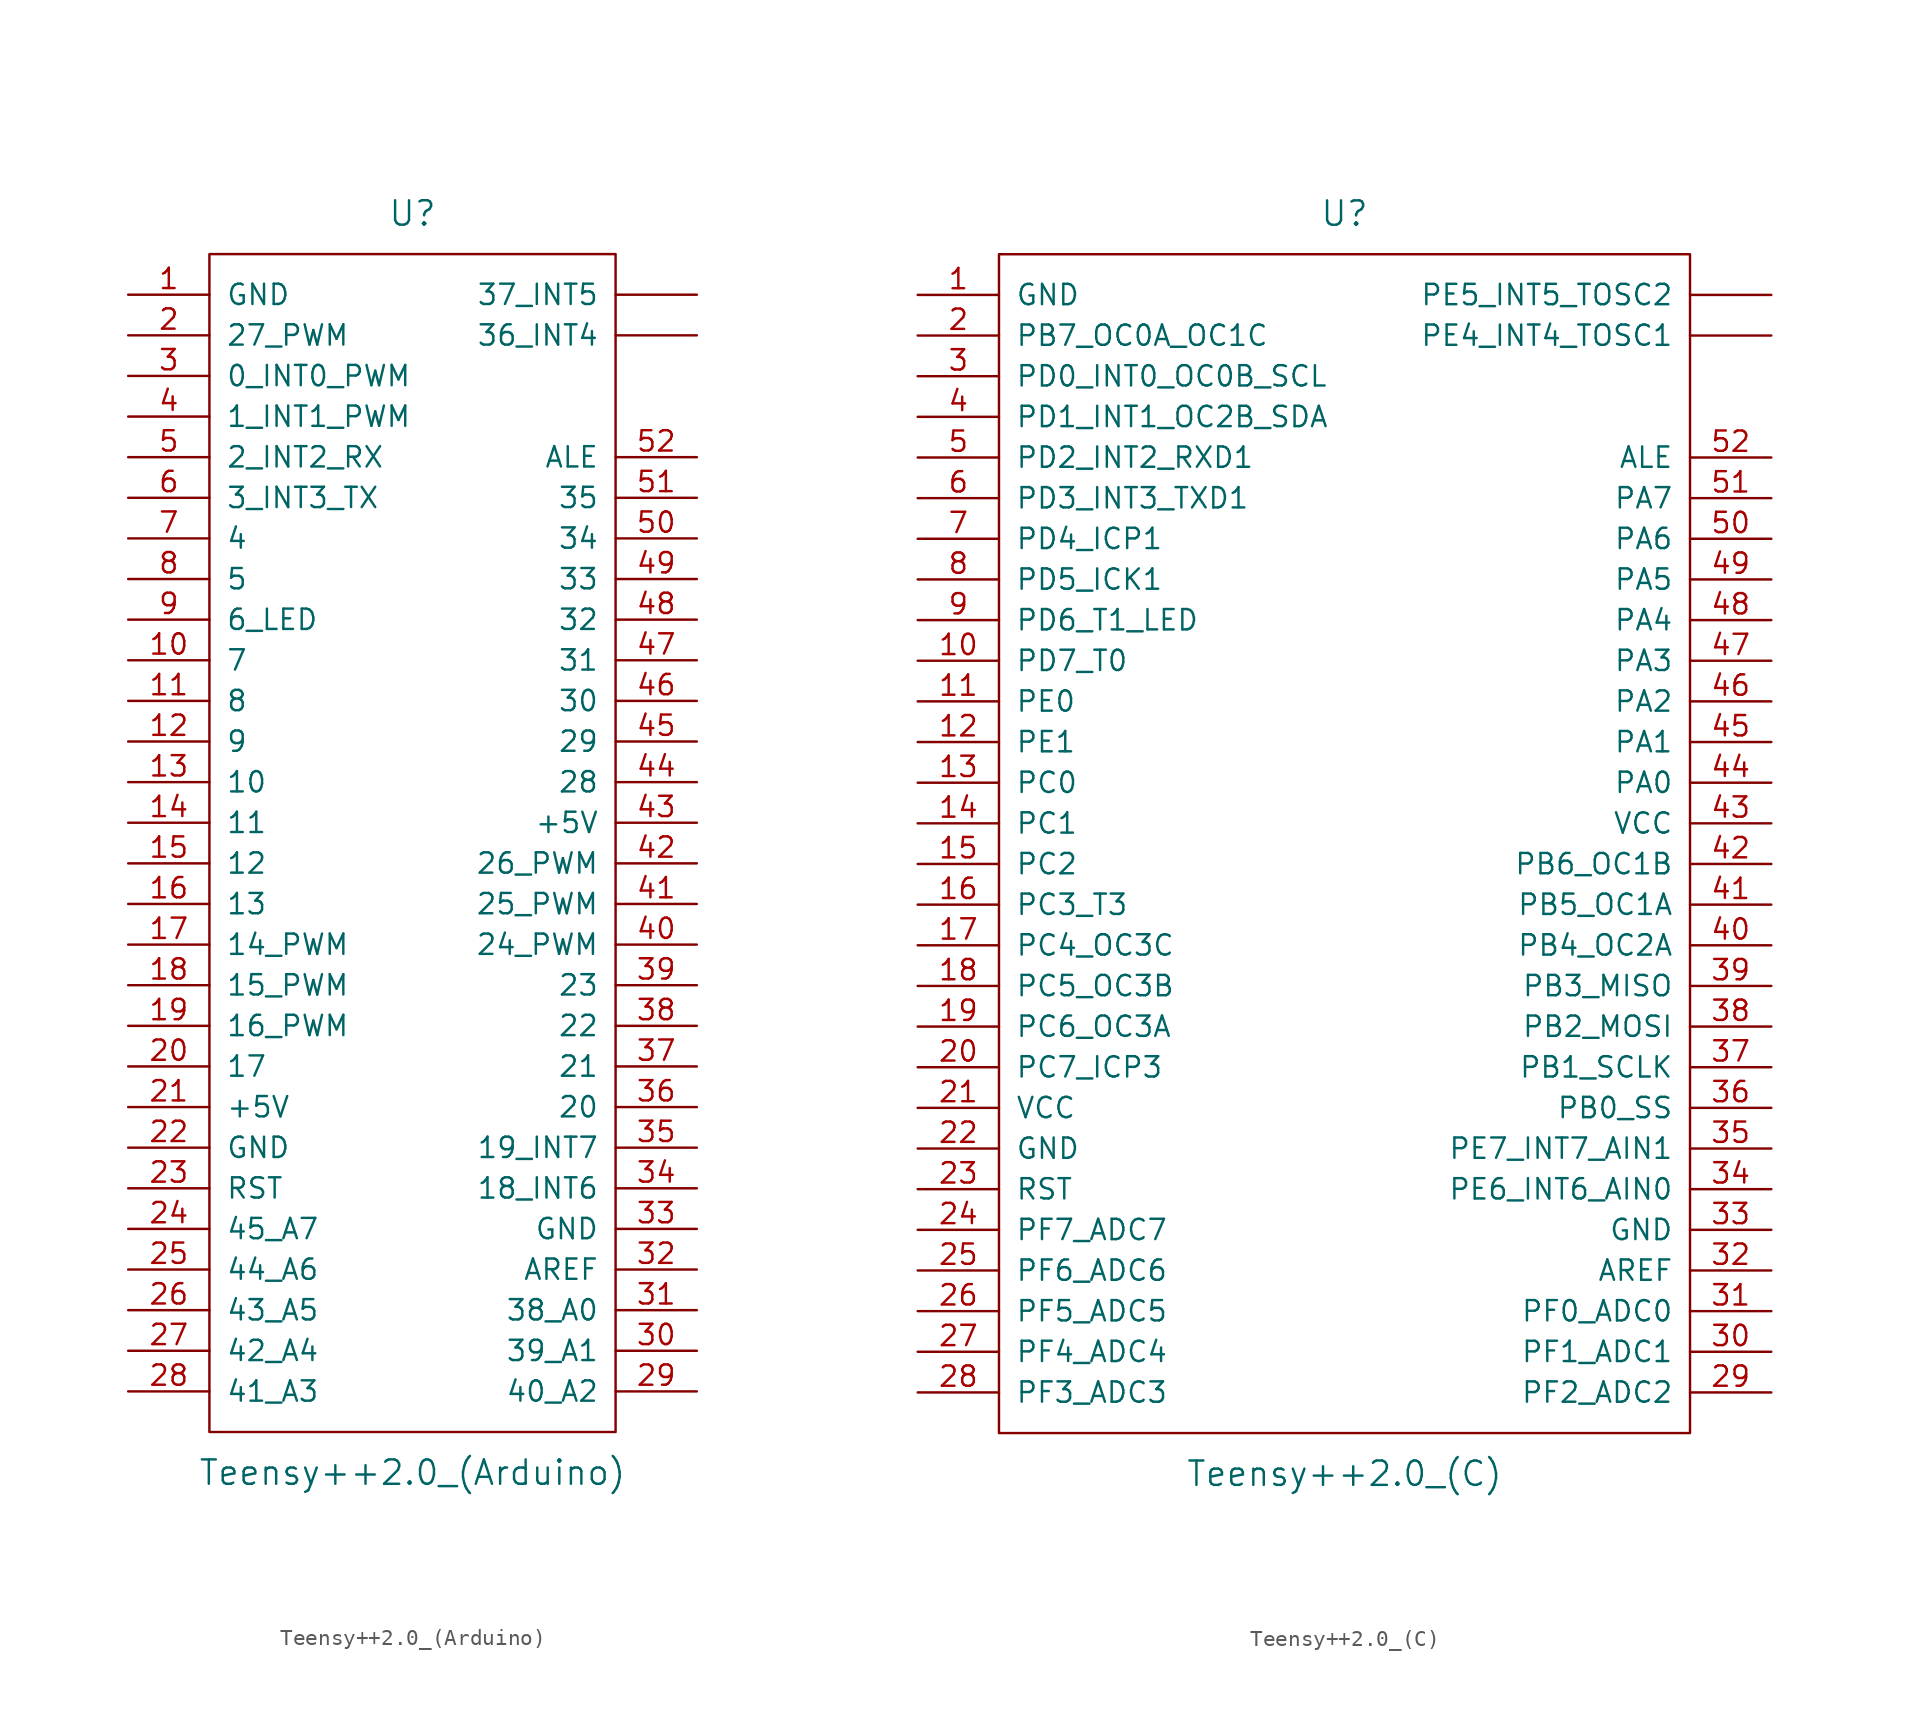
<source format=kicad_sym>
(kicad_symbol_lib
  (version 20241209)
  (generator "kicad_symbol_editor")
  (generator_version "9.0")
  (symbol "Teensy++2.0_(Arduino)"
    (pin_names
      (offset 1.016))
    (property "Reference" "U"
      (at 0 39.37 0)
      (effects (font (size 1.524 1.524))))
    (property "Value" "Teensy++2.0_(Arduino)"
      (at 0 -39.37 0)
      (effects (font (size 1.524 1.524))))
    (property "Footprint" ""
      (at 2.54 -16.51 0)
      (effects (font (size 1.524 1.524))))
    (property "Datasheet" ""
      (at 2.54 -16.51 0)
      (effects (font (size 1.524 1.524))))
    (symbol "Teensy++2.0_(Arduino)_0_1"
      (rectangle (start -12.7 36.83) (end 12.7 -36.83) (stroke (width 0) (type solid)) (fill (type none))))
    (symbol "Teensy++2.0_(Arduino)_1_1"
      (pin power_in line (at -17.78 34.29 0) (length 5.08) (name "GND" (effects (font (size 1.27 1.27)))) (number "1" (effects (font (size 1.27 1.27)))))
      (pin bidirectional line (at -17.78 31.75 0) (length 5.08) (name "27_PWM" (effects (font (size 1.27 1.27)))) (number "2" (effects (font (size 1.27 1.27)))))
      (pin bidirectional line (at -17.78 29.21 0) (length 5.08) (name "0_INT0_PWM" (effects (font (size 1.27 1.27)))) (number "3" (effects (font (size 1.27 1.27)))))
      (pin bidirectional line (at -17.78 26.67 0) (length 5.08) (name "1_INT1_PWM" (effects (font (size 1.27 1.27)))) (number "4" (effects (font (size 1.27 1.27)))))
      (pin bidirectional line (at -17.78 24.13 0) (length 5.08) (name "2_INT2_RX" (effects (font (size 1.27 1.27)))) (number "5" (effects (font (size 1.27 1.27)))))
      (pin bidirectional line (at -17.78 21.59 0) (length 5.08) (name "3_INT3_TX" (effects (font (size 1.27 1.27)))) (number "6" (effects (font (size 1.27 1.27)))))
      (pin bidirectional line (at -17.78 19.05 0) (length 5.08) (name "4" (effects (font (size 1.27 1.27)))) (number "7" (effects (font (size 1.27 1.27)))))
      (pin bidirectional line (at -17.78 16.51 0) (length 5.08) (name "5" (effects (font (size 1.27 1.27)))) (number "8" (effects (font (size 1.27 1.27)))))
      (pin bidirectional line (at -17.78 13.97 0) (length 5.08) (name "6_LED" (effects (font (size 1.27 1.27)))) (number "9" (effects (font (size 1.27 1.27)))))
      (pin bidirectional line (at -17.78 11.43 0) (length 5.08) (name "7" (effects (font (size 1.27 1.27)))) (number "10" (effects (font (size 1.27 1.27)))))
      (pin bidirectional line (at -17.78 8.89 0) (length 5.08) (name "8" (effects (font (size 1.27 1.27)))) (number "11" (effects (font (size 1.27 1.27)))))
      (pin bidirectional line (at -17.78 6.35 0) (length 5.08) (name "9" (effects (font (size 1.27 1.27)))) (number "12" (effects (font (size 1.27 1.27)))))
      (pin bidirectional line (at -17.78 3.81 0) (length 5.08) (name "10" (effects (font (size 1.27 1.27)))) (number "13" (effects (font (size 1.27 1.27)))))
      (pin bidirectional line (at -17.78 1.27 0) (length 5.08) (name "11" (effects (font (size 1.27 1.27)))) (number "14" (effects (font (size 1.27 1.27)))))
      (pin bidirectional line (at -17.78 -1.27 0) (length 5.08) (name "12" (effects (font (size 1.27 1.27)))) (number "15" (effects (font (size 1.27 1.27)))))
      (pin bidirectional line (at -17.78 -3.81 0) (length 5.08) (name "13" (effects (font (size 1.27 1.27)))) (number "16" (effects (font (size 1.27 1.27)))))
      (pin bidirectional line (at -17.78 -6.35 0) (length 5.08) (name "14_PWM" (effects (font (size 1.27 1.27)))) (number "17" (effects (font (size 1.27 1.27)))))
      (pin bidirectional line (at -17.78 -8.89 0) (length 5.08) (name "15_PWM" (effects (font (size 1.27 1.27)))) (number "18" (effects (font (size 1.27 1.27)))))
      (pin bidirectional line (at -17.78 -11.43 0) (length 5.08) (name "16_PWM" (effects (font (size 1.27 1.27)))) (number "19" (effects (font (size 1.27 1.27)))))
      (pin bidirectional line (at -17.78 -13.97 0) (length 5.08) (name "17" (effects (font (size 1.27 1.27)))) (number "20" (effects (font (size 1.27 1.27)))))
      (pin power_in line (at -17.78 -16.51 0) (length 5.08) (name "+5V" (effects (font (size 1.27 1.27)))) (number "21" (effects (font (size 1.27 1.27)))))
      (pin power_in line (at -17.78 -19.05 0) (length 5.08) (name "GND" (effects (font (size 1.27 1.27)))) (number "22" (effects (font (size 1.27 1.27)))))
      (pin input line (at -17.78 -21.59 0) (length 5.08) (name "RST" (effects (font (size 1.27 1.27)))) (number "23" (effects (font (size 1.27 1.27)))))
      (pin bidirectional line (at -17.78 -24.13 0) (length 5.08) (name "45_A7" (effects (font (size 1.27 1.27)))) (number "24" (effects (font (size 1.27 1.27)))))
      (pin bidirectional line (at -17.78 -26.67 0) (length 5.08) (name "44_A6" (effects (font (size 1.27 1.27)))) (number "25" (effects (font (size 1.27 1.27)))))
      (pin bidirectional line (at -17.78 -29.21 0) (length 5.08) (name "43_A5" (effects (font (size 1.27 1.27)))) (number "26" (effects (font (size 1.27 1.27)))))
      (pin bidirectional line (at -17.78 -31.75 0) (length 5.08) (name "42_A4" (effects (font (size 1.27 1.27)))) (number "27" (effects (font (size 1.27 1.27)))))
      (pin bidirectional line (at -17.78 -34.29 0) (length 5.08) (name "41_A3" (effects (font (size 1.27 1.27)))) (number "28" (effects (font (size 1.27 1.27)))))
      (pin bidirectional line (at 17.78 34.29 180) (length 5.08) (name "37_INT5" (effects (font (size 1.27 1.27)))) (number "~" (effects (font (size 1.27 1.27)))))
      (pin bidirectional line (at 17.78 31.75 180) (length 5.08) (name "36_INT4" (effects (font (size 1.27 1.27)))) (number "~" (effects (font (size 1.27 1.27)))))
      (pin input line (at 17.78 24.13 180) (length 5.08) (name "ALE" (effects (font (size 1.27 1.27)))) (number "52" (effects (font (size 1.27 1.27)))))
      (pin bidirectional line (at 17.78 21.59 180) (length 5.08) (name "35" (effects (font (size 1.27 1.27)))) (number "51" (effects (font (size 1.27 1.27)))))
      (pin bidirectional line (at 17.78 19.05 180) (length 5.08) (name "34" (effects (font (size 1.27 1.27)))) (number "50" (effects (font (size 1.27 1.27)))))
      (pin bidirectional line (at 17.78 16.51 180) (length 5.08) (name "33" (effects (font (size 1.27 1.27)))) (number "49" (effects (font (size 1.27 1.27)))))
      (pin bidirectional line (at 17.78 13.97 180) (length 5.08) (name "32" (effects (font (size 1.27 1.27)))) (number "48" (effects (font (size 1.27 1.27)))))
      (pin bidirectional line (at 17.78 11.43 180) (length 5.08) (name "31" (effects (font (size 1.27 1.27)))) (number "47" (effects (font (size 1.27 1.27)))))
      (pin bidirectional line (at 17.78 8.89 180) (length 5.08) (name "30" (effects (font (size 1.27 1.27)))) (number "46" (effects (font (size 1.27 1.27)))))
      (pin bidirectional line (at 17.78 6.35 180) (length 5.08) (name "29" (effects (font (size 1.27 1.27)))) (number "45" (effects (font (size 1.27 1.27)))))
      (pin bidirectional line (at 17.78 3.81 180) (length 5.08) (name "28" (effects (font (size 1.27 1.27)))) (number "44" (effects (font (size 1.27 1.27)))))
      (pin power_in line (at 17.78 1.27 180) (length 5.08) (name "+5V" (effects (font (size 1.27 1.27)))) (number "43" (effects (font (size 1.27 1.27)))))
      (pin bidirectional line (at 17.78 -1.27 180) (length 5.08) (name "26_PWM" (effects (font (size 1.27 1.27)))) (number "42" (effects (font (size 1.27 1.27)))))
      (pin bidirectional line (at 17.78 -3.81 180) (length 5.08) (name "25_PWM" (effects (font (size 1.27 1.27)))) (number "41" (effects (font (size 1.27 1.27)))))
      (pin bidirectional line (at 17.78 -6.35 180) (length 5.08) (name "24_PWM" (effects (font (size 1.27 1.27)))) (number "40" (effects (font (size 1.27 1.27)))))
      (pin bidirectional line (at 17.78 -8.89 180) (length 5.08) (name "23" (effects (font (size 1.27 1.27)))) (number "39" (effects (font (size 1.27 1.27)))))
      (pin bidirectional line (at 17.78 -11.43 180) (length 5.08) (name "22" (effects (font (size 1.27 1.27)))) (number "38" (effects (font (size 1.27 1.27)))))
      (pin bidirectional line (at 17.78 -13.97 180) (length 5.08) (name "21" (effects (font (size 1.27 1.27)))) (number "37" (effects (font (size 1.27 1.27)))))
      (pin bidirectional line (at 17.78 -16.51 180) (length 5.08) (name "20" (effects (font (size 1.27 1.27)))) (number "36" (effects (font (size 1.27 1.27)))))
      (pin bidirectional line (at 17.78 -19.05 180) (length 5.08) (name "19_INT7" (effects (font (size 1.27 1.27)))) (number "35" (effects (font (size 1.27 1.27)))))
      (pin bidirectional line (at 17.78 -21.59 180) (length 5.08) (name "18_INT6" (effects (font (size 1.27 1.27)))) (number "34" (effects (font (size 1.27 1.27)))))
      (pin power_in line (at 17.78 -24.13 180) (length 5.08) (name "GND" (effects (font (size 1.27 1.27)))) (number "33" (effects (font (size 1.27 1.27)))))
      (pin input line (at 17.78 -26.67 180) (length 5.08) (name "AREF" (effects (font (size 1.27 1.27)))) (number "32" (effects (font (size 1.27 1.27)))))
      (pin bidirectional line (at 17.78 -29.21 180) (length 5.08) (name "38_A0" (effects (font (size 1.27 1.27)))) (number "31" (effects (font (size 1.27 1.27)))))
      (pin bidirectional line (at 17.78 -31.75 180) (length 5.08) (name "39_A1" (effects (font (size 1.27 1.27)))) (number "30" (effects (font (size 1.27 1.27)))))
      (pin bidirectional line (at 17.78 -34.29 180) (length 5.08) (name "40_A2" (effects (font (size 1.27 1.27)))) (number "29" (effects (font (size 1.27 1.27)))))))
  (symbol "Teensy++2.0_(C)"
    (pin_names
      (offset 1.016))
    (property "Reference" "U"
      (at 0 39.37 0)
      (effects (font (size 1.524 1.524))))
    (property "Value" "Teensy++2.0_(C)"
      (at 0 -39.37 0)
      (effects (font (size 1.524 1.524))))
    (property "Footprint" ""
      (at 2.54 -21.59 0)
      (effects (font (size 1.524 1.524))))
    (property "Datasheet" ""
      (at 2.54 -21.59 0)
      (effects (font (size 1.524 1.524))))
    (symbol "Teensy++2.0_(C)_0_1"
      (rectangle (start -21.59 36.83) (end 21.59 -36.83) (stroke (width 0) (type solid)) (fill (type none))))
    (symbol "Teensy++2.0_(C)_1_1"
      (pin power_in line (at -26.67 34.29 0) (length 5.08) (name "GND" (effects (font (size 1.27 1.27)))) (number "1" (effects (font (size 1.27 1.27)))))
      (pin bidirectional line (at -26.67 31.75 0) (length 5.08) (name "PB7_OC0A_OC1C" (effects (font (size 1.27 1.27)))) (number "2" (effects (font (size 1.27 1.27)))))
      (pin bidirectional line (at -26.67 29.21 0) (length 5.08) (name "PD0_INT0_OC0B_SCL" (effects (font (size 1.27 1.27)))) (number "3" (effects (font (size 1.27 1.27)))))
      (pin bidirectional line (at -26.67 26.67 0) (length 5.08) (name "PD1_INT1_OC2B_SDA" (effects (font (size 1.27 1.27)))) (number "4" (effects (font (size 1.27 1.27)))))
      (pin bidirectional line (at -26.67 24.13 0) (length 5.08) (name "PD2_INT2_RXD1" (effects (font (size 1.27 1.27)))) (number "5" (effects (font (size 1.27 1.27)))))
      (pin bidirectional line (at -26.67 21.59 0) (length 5.08) (name "PD3_INT3_TXD1" (effects (font (size 1.27 1.27)))) (number "6" (effects (font (size 1.27 1.27)))))
      (pin bidirectional line (at -26.67 19.05 0) (length 5.08) (name "PD4_ICP1" (effects (font (size 1.27 1.27)))) (number "7" (effects (font (size 1.27 1.27)))))
      (pin bidirectional line (at -26.67 16.51 0) (length 5.08) (name "PD5_ICK1" (effects (font (size 1.27 1.27)))) (number "8" (effects (font (size 1.27 1.27)))))
      (pin bidirectional line (at -26.67 13.97 0) (length 5.08) (name "PD6_T1_LED" (effects (font (size 1.27 1.27)))) (number "9" (effects (font (size 1.27 1.27)))))
      (pin bidirectional line (at -26.67 11.43 0) (length 5.08) (name "PD7_T0" (effects (font (size 1.27 1.27)))) (number "10" (effects (font (size 1.27 1.27)))))
      (pin bidirectional line (at -26.67 8.89 0) (length 5.08) (name "PE0" (effects (font (size 1.27 1.27)))) (number "11" (effects (font (size 1.27 1.27)))))
      (pin bidirectional line (at -26.67 6.35 0) (length 5.08) (name "PE1" (effects (font (size 1.27 1.27)))) (number "12" (effects (font (size 1.27 1.27)))))
      (pin bidirectional line (at -26.67 3.81 0) (length 5.08) (name "PC0" (effects (font (size 1.27 1.27)))) (number "13" (effects (font (size 1.27 1.27)))))
      (pin bidirectional line (at -26.67 1.27 0) (length 5.08) (name "PC1" (effects (font (size 1.27 1.27)))) (number "14" (effects (font (size 1.27 1.27)))))
      (pin bidirectional line (at -26.67 -1.27 0) (length 5.08) (name "PC2" (effects (font (size 1.27 1.27)))) (number "15" (effects (font (size 1.27 1.27)))))
      (pin bidirectional line (at -26.67 -3.81 0) (length 5.08) (name "PC3_T3" (effects (font (size 1.27 1.27)))) (number "16" (effects (font (size 1.27 1.27)))))
      (pin bidirectional line (at -26.67 -6.35 0) (length 5.08) (name "PC4_OC3C" (effects (font (size 1.27 1.27)))) (number "17" (effects (font (size 1.27 1.27)))))
      (pin bidirectional line (at -26.67 -8.89 0) (length 5.08) (name "PC5_OC3B" (effects (font (size 1.27 1.27)))) (number "18" (effects (font (size 1.27 1.27)))))
      (pin bidirectional line (at -26.67 -11.43 0) (length 5.08) (name "PC6_OC3A" (effects (font (size 1.27 1.27)))) (number "19" (effects (font (size 1.27 1.27)))))
      (pin bidirectional line (at -26.67 -13.97 0) (length 5.08) (name "PC7_ICP3" (effects (font (size 1.27 1.27)))) (number "20" (effects (font (size 1.27 1.27)))))
      (pin power_in line (at -26.67 -16.51 0) (length 5.08) (name "VCC" (effects (font (size 1.27 1.27)))) (number "21" (effects (font (size 1.27 1.27)))))
      (pin power_in line (at -26.67 -19.05 0) (length 5.08) (name "GND" (effects (font (size 1.27 1.27)))) (number "22" (effects (font (size 1.27 1.27)))))
      (pin input line (at -26.67 -21.59 0) (length 5.08) (name "RST" (effects (font (size 1.27 1.27)))) (number "23" (effects (font (size 1.27 1.27)))))
      (pin bidirectional line (at -26.67 -24.13 0) (length 5.08) (name "PF7_ADC7" (effects (font (size 1.27 1.27)))) (number "24" (effects (font (size 1.27 1.27)))))
      (pin bidirectional line (at -26.67 -26.67 0) (length 5.08) (name "PF6_ADC6" (effects (font (size 1.27 1.27)))) (number "25" (effects (font (size 1.27 1.27)))))
      (pin bidirectional line (at -26.67 -29.21 0) (length 5.08) (name "PF5_ADC5" (effects (font (size 1.27 1.27)))) (number "26" (effects (font (size 1.27 1.27)))))
      (pin bidirectional line (at -26.67 -31.75 0) (length 5.08) (name "PF4_ADC4" (effects (font (size 1.27 1.27)))) (number "27" (effects (font (size 1.27 1.27)))))
      (pin bidirectional line (at -26.67 -34.29 0) (length 5.08) (name "PF3_ADC3" (effects (font (size 1.27 1.27)))) (number "28" (effects (font (size 1.27 1.27)))))
      (pin bidirectional line (at 26.67 34.29 180) (length 5.08) (name "PE5_INT5_TOSC2" (effects (font (size 1.27 1.27)))) (number "~" (effects (font (size 1.27 1.27)))))
      (pin bidirectional line (at 26.67 31.75 180) (length 5.08) (name "PE4_INT4_TOSC1" (effects (font (size 1.27 1.27)))) (number "~" (effects (font (size 1.27 1.27)))))
      (pin input line (at 26.67 24.13 180) (length 5.08) (name "ALE" (effects (font (size 1.27 1.27)))) (number "52" (effects (font (size 1.27 1.27)))))
      (pin bidirectional line (at 26.67 21.59 180) (length 5.08) (name "PA7" (effects (font (size 1.27 1.27)))) (number "51" (effects (font (size 1.27 1.27)))))
      (pin bidirectional line (at 26.67 19.05 180) (length 5.08) (name "PA6" (effects (font (size 1.27 1.27)))) (number "50" (effects (font (size 1.27 1.27)))))
      (pin bidirectional line (at 26.67 16.51 180) (length 5.08) (name "PA5" (effects (font (size 1.27 1.27)))) (number "49" (effects (font (size 1.27 1.27)))))
      (pin bidirectional line (at 26.67 13.97 180) (length 5.08) (name "PA4" (effects (font (size 1.27 1.27)))) (number "48" (effects (font (size 1.27 1.27)))))
      (pin bidirectional line (at 26.67 11.43 180) (length 5.08) (name "PA3" (effects (font (size 1.27 1.27)))) (number "47" (effects (font (size 1.27 1.27)))))
      (pin bidirectional line (at 26.67 8.89 180) (length 5.08) (name "PA2" (effects (font (size 1.27 1.27)))) (number "46" (effects (font (size 1.27 1.27)))))
      (pin bidirectional line (at 26.67 6.35 180) (length 5.08) (name "PA1" (effects (font (size 1.27 1.27)))) (number "45" (effects (font (size 1.27 1.27)))))
      (pin bidirectional line (at 26.67 3.81 180) (length 5.08) (name "PA0" (effects (font (size 1.27 1.27)))) (number "44" (effects (font (size 1.27 1.27)))))
      (pin power_in line (at 26.67 1.27 180) (length 5.08) (name "VCC" (effects (font (size 1.27 1.27)))) (number "43" (effects (font (size 1.27 1.27)))))
      (pin bidirectional line (at 26.67 -1.27 180) (length 5.08) (name "PB6_OC1B" (effects (font (size 1.27 1.27)))) (number "42" (effects (font (size 1.27 1.27)))))
      (pin bidirectional line (at 26.67 -3.81 180) (length 5.08) (name "PB5_OC1A" (effects (font (size 1.27 1.27)))) (number "41" (effects (font (size 1.27 1.27)))))
      (pin bidirectional line (at 26.67 -6.35 180) (length 5.08) (name "PB4_OC2A" (effects (font (size 1.27 1.27)))) (number "40" (effects (font (size 1.27 1.27)))))
      (pin bidirectional line (at 26.67 -8.89 180) (length 5.08) (name "PB3_MISO" (effects (font (size 1.27 1.27)))) (number "39" (effects (font (size 1.27 1.27)))))
      (pin bidirectional line (at 26.67 -11.43 180) (length 5.08) (name "PB2_MOSI" (effects (font (size 1.27 1.27)))) (number "38" (effects (font (size 1.27 1.27)))))
      (pin bidirectional line (at 26.67 -13.97 180) (length 5.08) (name "PB1_SCLK" (effects (font (size 1.27 1.27)))) (number "37" (effects (font (size 1.27 1.27)))))
      (pin bidirectional line (at 26.67 -16.51 180) (length 5.08) (name "PB0_SS" (effects (font (size 1.27 1.27)))) (number "36" (effects (font (size 1.27 1.27)))))
      (pin bidirectional line (at 26.67 -19.05 180) (length 5.08) (name "PE7_INT7_AIN1" (effects (font (size 1.27 1.27)))) (number "35" (effects (font (size 1.27 1.27)))))
      (pin bidirectional line (at 26.67 -21.59 180) (length 5.08) (name "PE6_INT6_AIN0" (effects (font (size 1.27 1.27)))) (number "34" (effects (font (size 1.27 1.27)))))
      (pin power_in line (at 26.67 -24.13 180) (length 5.08) (name "GND" (effects (font (size 1.27 1.27)))) (number "33" (effects (font (size 1.27 1.27)))))
      (pin input line (at 26.67 -26.67 180) (length 5.08) (name "AREF" (effects (font (size 1.27 1.27)))) (number "32" (effects (font (size 1.27 1.27)))))
      (pin bidirectional line (at 26.67 -29.21 180) (length 5.08) (name "PF0_ADC0" (effects (font (size 1.27 1.27)))) (number "31" (effects (font (size 1.27 1.27)))))
      (pin bidirectional line (at 26.67 -31.75 180) (length 5.08) (name "PF1_ADC1" (effects (font (size 1.27 1.27)))) (number "30" (effects (font (size 1.27 1.27)))))
      (pin bidirectional line (at 26.67 -34.29 180) (length 5.08) (name "PF2_ADC2" (effects (font (size 1.27 1.27)))) (number "29" (effects (font (size 1.27 1.27))))))))
</source>
